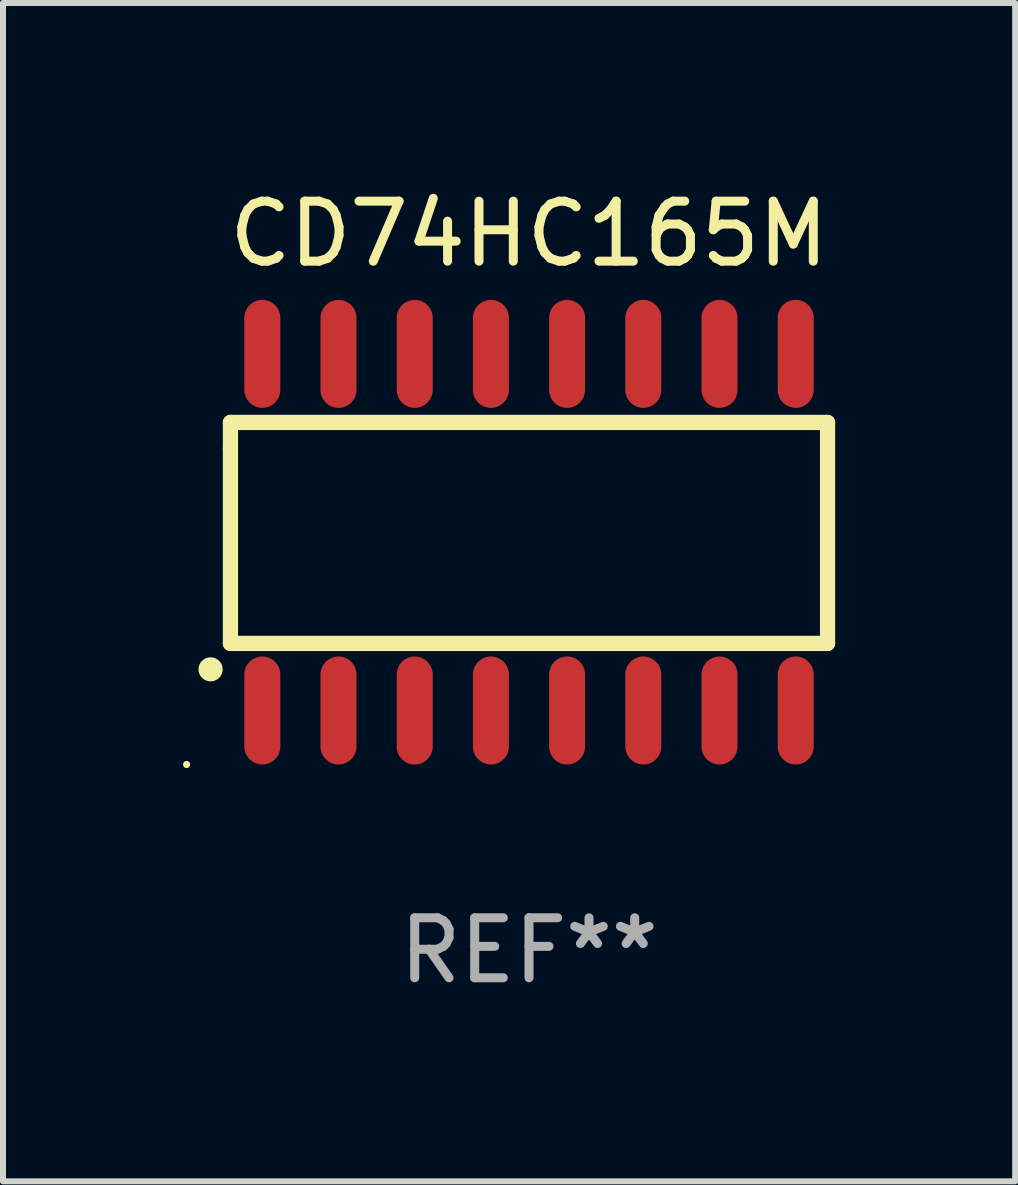
<source format=kicad_pcb>
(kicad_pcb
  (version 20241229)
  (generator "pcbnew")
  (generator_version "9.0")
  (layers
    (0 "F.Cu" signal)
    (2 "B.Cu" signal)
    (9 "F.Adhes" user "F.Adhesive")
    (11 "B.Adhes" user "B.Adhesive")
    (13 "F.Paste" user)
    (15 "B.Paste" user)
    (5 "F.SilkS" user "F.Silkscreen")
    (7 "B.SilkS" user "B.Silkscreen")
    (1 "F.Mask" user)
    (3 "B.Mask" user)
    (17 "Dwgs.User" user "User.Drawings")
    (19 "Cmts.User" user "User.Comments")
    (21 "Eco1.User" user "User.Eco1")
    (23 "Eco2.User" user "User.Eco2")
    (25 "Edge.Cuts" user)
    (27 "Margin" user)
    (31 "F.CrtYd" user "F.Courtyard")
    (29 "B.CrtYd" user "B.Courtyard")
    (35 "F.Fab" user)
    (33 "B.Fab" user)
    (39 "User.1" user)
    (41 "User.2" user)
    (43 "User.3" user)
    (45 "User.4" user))
  (footprint "CD74HC165M"
    (layer "F.Cu")
    (at 5.767 5.82)
    (property "Reference" "CD74HC165M" (at 0 -4.972 0) (layer "F.SilkS") (effects (font (size 1 1) (thickness 0.15))))
    (attr through_hole)
    (fp_line (start -4.976 -1.829) (end -4.976 -1.4) (stroke (width 0.254) (type solid)) (layer "F.SilkS"))
    (fp_line (start -4.976 -1.4) (end -4.976 1.854) (stroke (width 0.254) (type solid)) (layer "F.SilkS"))
    (fp_line (start -4.976 1.854) (end 4.976 1.854) (stroke (width 0.254) (type solid)) (layer "F.SilkS"))
    (fp_line (start 4.976 -1.829) (end -4.976 -1.829) (stroke (width 0.254) (type solid)) (layer "F.SilkS"))
    (fp_line (start 4.976 1.854) (end 4.976 -1.829) (stroke (width 0.254) (type solid)) (layer "F.SilkS"))
    (fp_arc (start -5.308611 2.286005) (mid -5.307341 2.286001) (end -5.306071 2.286005) (stroke (width 0.4) (type solid)) (layer "F.SilkS"))
    (fp_circle (center -5.707 3.872) (end -5.677 3.872) (stroke (width 0.06) (type solid)) (fill no) (layer "F.SilkS"))
    (fp_text user "REF**" (at 0 6.972 0) (layer "F.Fab") (effects (font (size 1 1) (thickness 0.15))))
    (pad "1" smd oval (at -4.445 2.972 180) (size 0.6 1.8) (layers "F.Cu" "F.Mask" "F.Paste"))
    (pad "2" smd oval (at -3.175 2.972 180) (size 0.6 1.8) (layers "F.Cu" "F.Mask" "F.Paste"))
    (pad "3" smd oval (at -1.905 2.972 180) (size 0.6 1.8) (layers "F.Cu" "F.Mask" "F.Paste"))
    (pad "4" smd oval (at -0.635 2.972 180) (size 0.6 1.8) (layers "F.Cu" "F.Mask" "F.Paste"))
    (pad "5" smd oval (at 0.635 2.972 180) (size 0.6 1.8) (layers "F.Cu" "F.Mask" "F.Paste"))
    (pad "6" smd oval (at 1.905 2.972 180) (size 0.6 1.8) (layers "F.Cu" "F.Mask" "F.Paste"))
    (pad "7" smd oval (at 3.175 2.972 180) (size 0.6 1.8) (layers "F.Cu" "F.Mask" "F.Paste"))
    (pad "8" smd oval (at 4.445 2.972 180) (size 0.6 1.8) (layers "F.Cu" "F.Mask" "F.Paste"))
    (pad "9" smd oval (at 4.445 -2.972 180) (size 0.6 1.8) (layers "F.Cu" "F.Mask" "F.Paste"))
    (pad "10" smd oval (at 3.175 -2.972 180) (size 0.6 1.8) (layers "F.Cu" "F.Mask" "F.Paste"))
    (pad "11" smd oval (at 1.905 -2.972 180) (size 0.6 1.8) (layers "F.Cu" "F.Mask" "F.Paste"))
    (pad "12" smd oval (at 0.635 -2.972 180) (size 0.6 1.8) (layers "F.Cu" "F.Mask" "F.Paste"))
    (pad "13" smd oval (at -0.635 -2.972 180) (size 0.6 1.8) (layers "F.Cu" "F.Mask" "F.Paste"))
    (pad "14" smd oval (at -1.905 -2.972 180) (size 0.6 1.8) (layers "F.Cu" "F.Mask" "F.Paste"))
    (pad "15" smd oval (at -3.175 -2.972 180) (size 0.6 1.8) (layers "F.Cu" "F.Mask" "F.Paste"))
    (pad "16" smd oval (at -4.445 -2.972 180) (size 0.6 1.8) (layers "F.Cu" "F.Mask" "F.Paste")))
  (gr_rect
    (start -3 -3)
    (end 13.87 16.64)
    (stroke (width 0.1) (type default))
    (fill no)
    (layer "Edge.Cuts")))
</source>
